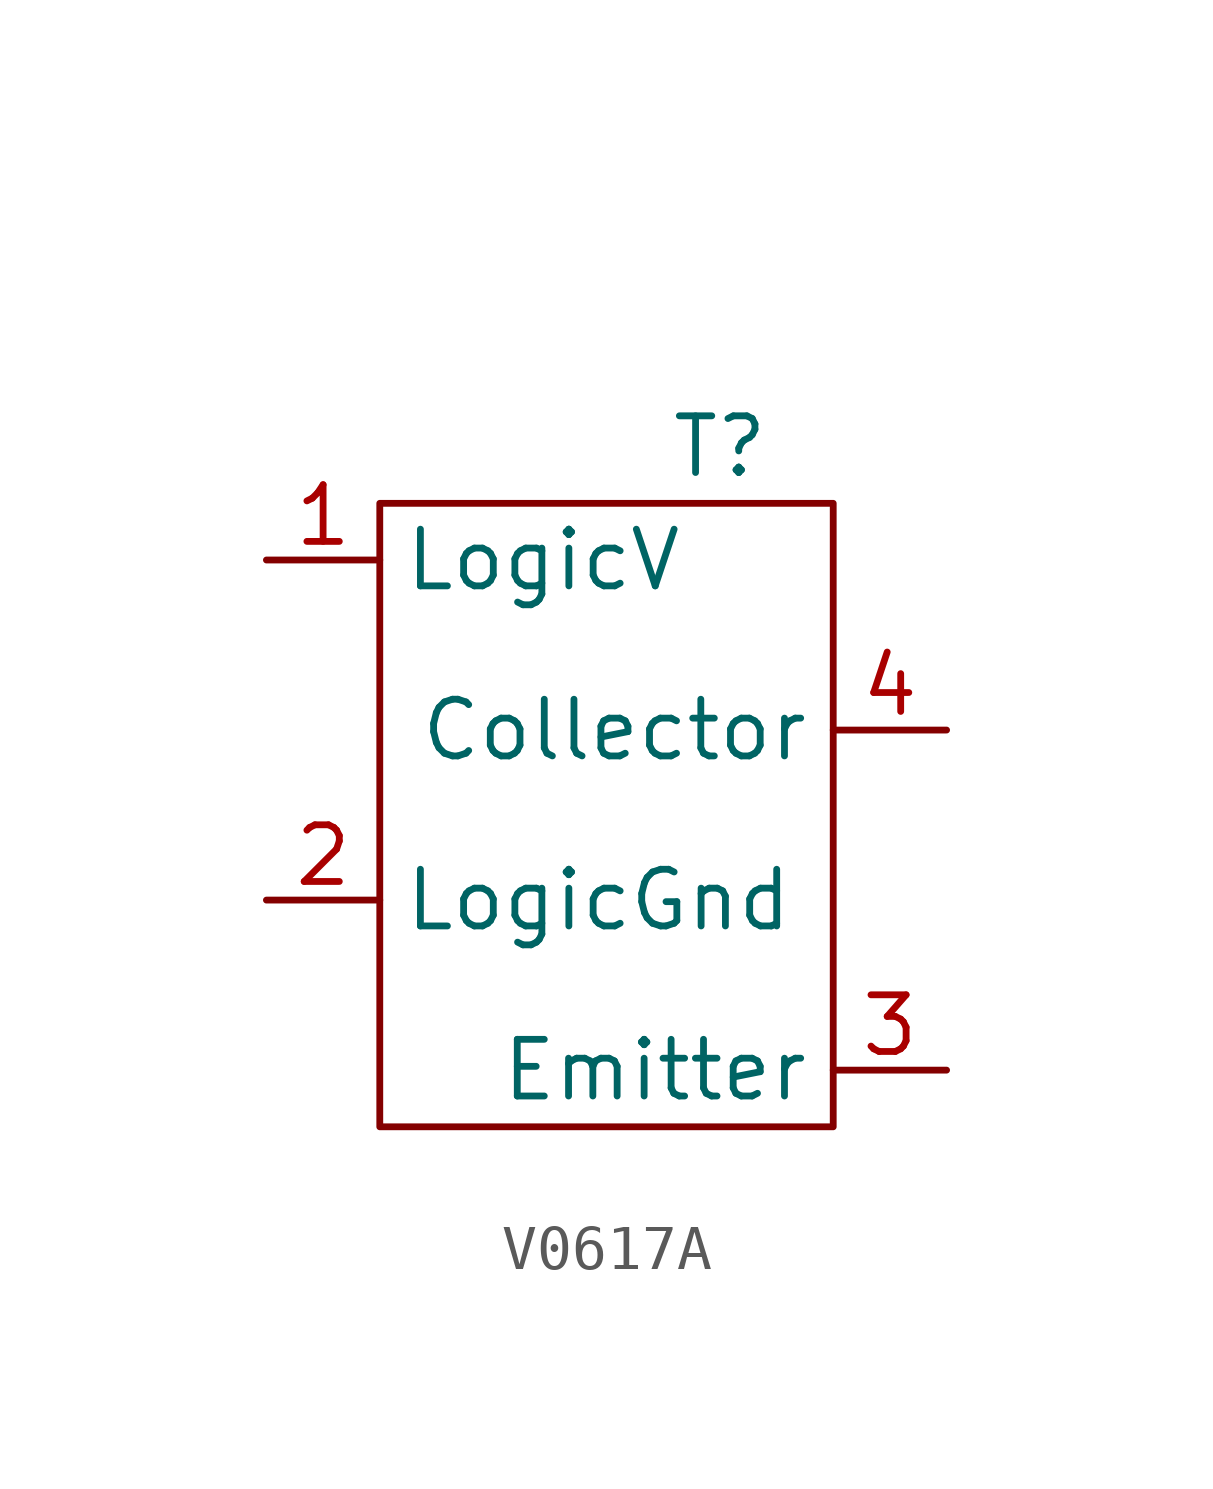
<source format=kicad_sym>
(kicad_symbol_lib
  (version 20220914)
  (generator kicad_symbol_editor)
  (symbol "V0617A"
    (property "Reference" "T"
      (at 3.81 5.08 0)
      (effects (font (size 1.27 1.27))))
    (property "Value" ""
      (at 2.54 8.89 0)
      (effects (font (size 1.27 1.27))))
    (symbol "V0617A_0_1"
      (rectangle (start -3.81 3.81) (end 6.35 -10.16) (stroke (width 0) (type default)) (fill (type none))))
    (symbol "V0617A_1_1"
      (pin passive line (at -6.35 2.54 0) (length 2.54) (name "LogicV" (effects (font (size 1.27 1.27)))) (number "1" (effects (font (size 1.27 1.27)))))
      (pin passive line (at -6.35 -5.08 0) (length 2.54) (name "LogicGnd" (effects (font (size 1.27 1.27)))) (number "2" (effects (font (size 1.27 1.27)))))
      (pin passive line (at 8.89 -8.89 180) (length 2.54) (name "Emitter" (effects (font (size 1.27 1.27)))) (number "3" (effects (font (size 1.27 1.27)))))
      (pin passive line (at 8.89 -1.27 180) (length 2.54) (name "Collector" (effects (font (size 1.27 1.27)))) (number "4" (effects (font (size 1.27 1.27))))))))
</source>
